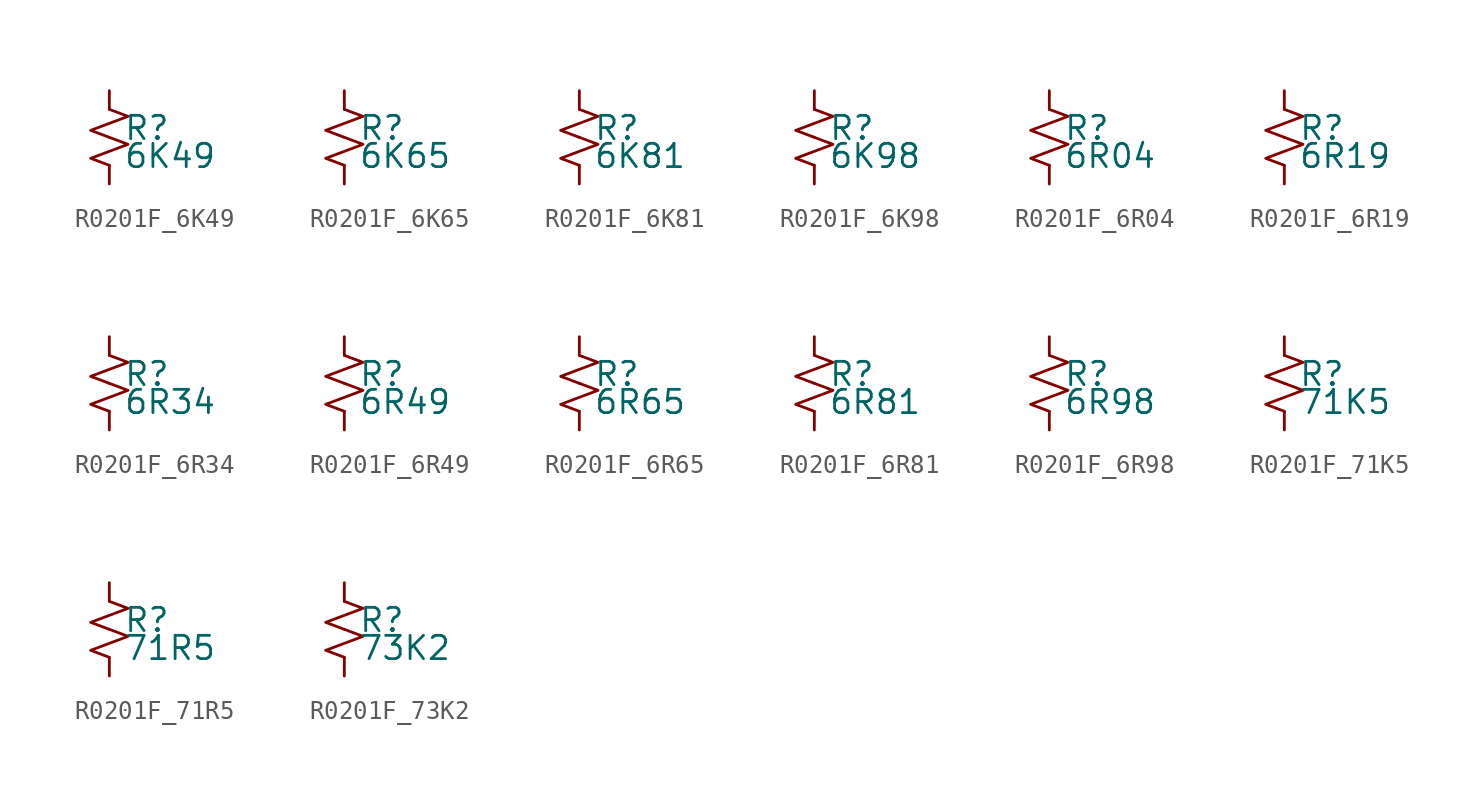
<source format=kicad_sym>
(kicad_symbol_lib
  (version 20220914)
  (generator kicad_symbol_editor)
  (symbol "R0201F_6K49"
    (pin_numbers hide)
    (pin_names
      (offset 0.254) hide)
    (property "Reference" "R"
      (at 0.762 0.508 0)
      (effects (font (size 1.27 1.27)) (justify left)))
    (property "Value" "6K49"
      (at 0.762 -1.016 0)
      (effects (font (size 1.27 1.27)) (justify left)))
    (symbol "R0201F_6K49_1_1"
      (polyline (pts (xy 0 0) (xy 1.016 -0.381) (xy 0 -0.762) (xy -1.016 -1.143) (xy 0 -1.524)) (stroke (width 0) (type default)) (fill (type none)))
      (polyline (pts (xy 0 1.524) (xy 1.016 1.143) (xy 0 0.762) (xy -1.016 0.381) (xy 0 0)) (stroke (width 0) (type default)) (fill (type none)))
      (pin passive line (at 0 2.54 270) (length 1.016) (name "~" (effects (font (size 1.27 1.27)))) (number "1" (effects (font (size 1.27 1.27)))))
      (pin passive line (at 0 -2.54 90) (length 1.016) (name "~" (effects (font (size 1.27 1.27)))) (number "2" (effects (font (size 1.27 1.27)))))))
  (symbol "R0201F_6K65"
    (pin_numbers hide)
    (pin_names
      (offset 0.254) hide)
    (property "Reference" "R"
      (at 0.762 0.508 0)
      (effects (font (size 1.27 1.27)) (justify left)))
    (property "Value" "6K65"
      (at 0.762 -1.016 0)
      (effects (font (size 1.27 1.27)) (justify left)))
    (symbol "R0201F_6K65_1_1"
      (polyline (pts (xy 0 0) (xy 1.016 -0.381) (xy 0 -0.762) (xy -1.016 -1.143) (xy 0 -1.524)) (stroke (width 0) (type default)) (fill (type none)))
      (polyline (pts (xy 0 1.524) (xy 1.016 1.143) (xy 0 0.762) (xy -1.016 0.381) (xy 0 0)) (stroke (width 0) (type default)) (fill (type none)))
      (pin passive line (at 0 2.54 270) (length 1.016) (name "~" (effects (font (size 1.27 1.27)))) (number "1" (effects (font (size 1.27 1.27)))))
      (pin passive line (at 0 -2.54 90) (length 1.016) (name "~" (effects (font (size 1.27 1.27)))) (number "2" (effects (font (size 1.27 1.27)))))))
  (symbol "R0201F_6K81"
    (pin_numbers hide)
    (pin_names
      (offset 0.254) hide)
    (property "Reference" "R"
      (at 0.762 0.508 0)
      (effects (font (size 1.27 1.27)) (justify left)))
    (property "Value" "6K81"
      (at 0.762 -1.016 0)
      (effects (font (size 1.27 1.27)) (justify left)))
    (symbol "R0201F_6K81_1_1"
      (polyline (pts (xy 0 0) (xy 1.016 -0.381) (xy 0 -0.762) (xy -1.016 -1.143) (xy 0 -1.524)) (stroke (width 0) (type default)) (fill (type none)))
      (polyline (pts (xy 0 1.524) (xy 1.016 1.143) (xy 0 0.762) (xy -1.016 0.381) (xy 0 0)) (stroke (width 0) (type default)) (fill (type none)))
      (pin passive line (at 0 2.54 270) (length 1.016) (name "~" (effects (font (size 1.27 1.27)))) (number "1" (effects (font (size 1.27 1.27)))))
      (pin passive line (at 0 -2.54 90) (length 1.016) (name "~" (effects (font (size 1.27 1.27)))) (number "2" (effects (font (size 1.27 1.27)))))))
  (symbol "R0201F_6K98"
    (pin_numbers hide)
    (pin_names
      (offset 0.254) hide)
    (property "Reference" "R"
      (at 0.762 0.508 0)
      (effects (font (size 1.27 1.27)) (justify left)))
    (property "Value" "6K98"
      (at 0.762 -1.016 0)
      (effects (font (size 1.27 1.27)) (justify left)))
    (symbol "R0201F_6K98_1_1"
      (polyline (pts (xy 0 0) (xy 1.016 -0.381) (xy 0 -0.762) (xy -1.016 -1.143) (xy 0 -1.524)) (stroke (width 0) (type default)) (fill (type none)))
      (polyline (pts (xy 0 1.524) (xy 1.016 1.143) (xy 0 0.762) (xy -1.016 0.381) (xy 0 0)) (stroke (width 0) (type default)) (fill (type none)))
      (pin passive line (at 0 2.54 270) (length 1.016) (name "~" (effects (font (size 1.27 1.27)))) (number "1" (effects (font (size 1.27 1.27)))))
      (pin passive line (at 0 -2.54 90) (length 1.016) (name "~" (effects (font (size 1.27 1.27)))) (number "2" (effects (font (size 1.27 1.27)))))))
  (symbol "R0201F_6R04"
    (pin_numbers hide)
    (pin_names
      (offset 0.254) hide)
    (property "Reference" "R"
      (at 0.762 0.508 0)
      (effects (font (size 1.27 1.27)) (justify left)))
    (property "Value" "6R04"
      (at 0.762 -1.016 0)
      (effects (font (size 1.27 1.27)) (justify left)))
    (symbol "R0201F_6R04_1_1"
      (polyline (pts (xy 0 0) (xy 1.016 -0.381) (xy 0 -0.762) (xy -1.016 -1.143) (xy 0 -1.524)) (stroke (width 0) (type default)) (fill (type none)))
      (polyline (pts (xy 0 1.524) (xy 1.016 1.143) (xy 0 0.762) (xy -1.016 0.381) (xy 0 0)) (stroke (width 0) (type default)) (fill (type none)))
      (pin passive line (at 0 2.54 270) (length 1.016) (name "~" (effects (font (size 1.27 1.27)))) (number "1" (effects (font (size 1.27 1.27)))))
      (pin passive line (at 0 -2.54 90) (length 1.016) (name "~" (effects (font (size 1.27 1.27)))) (number "2" (effects (font (size 1.27 1.27)))))))
  (symbol "R0201F_6R19"
    (pin_numbers hide)
    (pin_names
      (offset 0.254) hide)
    (property "Reference" "R"
      (at 0.762 0.508 0)
      (effects (font (size 1.27 1.27)) (justify left)))
    (property "Value" "6R19"
      (at 0.762 -1.016 0)
      (effects (font (size 1.27 1.27)) (justify left)))
    (symbol "R0201F_6R19_1_1"
      (polyline (pts (xy 0 0) (xy 1.016 -0.381) (xy 0 -0.762) (xy -1.016 -1.143) (xy 0 -1.524)) (stroke (width 0) (type default)) (fill (type none)))
      (polyline (pts (xy 0 1.524) (xy 1.016 1.143) (xy 0 0.762) (xy -1.016 0.381) (xy 0 0)) (stroke (width 0) (type default)) (fill (type none)))
      (pin passive line (at 0 2.54 270) (length 1.016) (name "~" (effects (font (size 1.27 1.27)))) (number "1" (effects (font (size 1.27 1.27)))))
      (pin passive line (at 0 -2.54 90) (length 1.016) (name "~" (effects (font (size 1.27 1.27)))) (number "2" (effects (font (size 1.27 1.27)))))))
  (symbol "R0201F_6R34"
    (pin_numbers hide)
    (pin_names
      (offset 0.254) hide)
    (property "Reference" "R"
      (at 0.762 0.508 0)
      (effects (font (size 1.27 1.27)) (justify left)))
    (property "Value" "6R34"
      (at 0.762 -1.016 0)
      (effects (font (size 1.27 1.27)) (justify left)))
    (symbol "R0201F_6R34_1_1"
      (polyline (pts (xy 0 0) (xy 1.016 -0.381) (xy 0 -0.762) (xy -1.016 -1.143) (xy 0 -1.524)) (stroke (width 0) (type default)) (fill (type none)))
      (polyline (pts (xy 0 1.524) (xy 1.016 1.143) (xy 0 0.762) (xy -1.016 0.381) (xy 0 0)) (stroke (width 0) (type default)) (fill (type none)))
      (pin passive line (at 0 2.54 270) (length 1.016) (name "~" (effects (font (size 1.27 1.27)))) (number "1" (effects (font (size 1.27 1.27)))))
      (pin passive line (at 0 -2.54 90) (length 1.016) (name "~" (effects (font (size 1.27 1.27)))) (number "2" (effects (font (size 1.27 1.27)))))))
  (symbol "R0201F_6R49"
    (pin_numbers hide)
    (pin_names
      (offset 0.254) hide)
    (property "Reference" "R"
      (at 0.762 0.508 0)
      (effects (font (size 1.27 1.27)) (justify left)))
    (property "Value" "6R49"
      (at 0.762 -1.016 0)
      (effects (font (size 1.27 1.27)) (justify left)))
    (symbol "R0201F_6R49_1_1"
      (polyline (pts (xy 0 0) (xy 1.016 -0.381) (xy 0 -0.762) (xy -1.016 -1.143) (xy 0 -1.524)) (stroke (width 0) (type default)) (fill (type none)))
      (polyline (pts (xy 0 1.524) (xy 1.016 1.143) (xy 0 0.762) (xy -1.016 0.381) (xy 0 0)) (stroke (width 0) (type default)) (fill (type none)))
      (pin passive line (at 0 2.54 270) (length 1.016) (name "~" (effects (font (size 1.27 1.27)))) (number "1" (effects (font (size 1.27 1.27)))))
      (pin passive line (at 0 -2.54 90) (length 1.016) (name "~" (effects (font (size 1.27 1.27)))) (number "2" (effects (font (size 1.27 1.27)))))))
  (symbol "R0201F_6R65"
    (pin_numbers hide)
    (pin_names
      (offset 0.254) hide)
    (property "Reference" "R"
      (at 0.762 0.508 0)
      (effects (font (size 1.27 1.27)) (justify left)))
    (property "Value" "6R65"
      (at 0.762 -1.016 0)
      (effects (font (size 1.27 1.27)) (justify left)))
    (symbol "R0201F_6R65_1_1"
      (polyline (pts (xy 0 0) (xy 1.016 -0.381) (xy 0 -0.762) (xy -1.016 -1.143) (xy 0 -1.524)) (stroke (width 0) (type default)) (fill (type none)))
      (polyline (pts (xy 0 1.524) (xy 1.016 1.143) (xy 0 0.762) (xy -1.016 0.381) (xy 0 0)) (stroke (width 0) (type default)) (fill (type none)))
      (pin passive line (at 0 2.54 270) (length 1.016) (name "~" (effects (font (size 1.27 1.27)))) (number "1" (effects (font (size 1.27 1.27)))))
      (pin passive line (at 0 -2.54 90) (length 1.016) (name "~" (effects (font (size 1.27 1.27)))) (number "2" (effects (font (size 1.27 1.27)))))))
  (symbol "R0201F_6R81"
    (pin_numbers hide)
    (pin_names
      (offset 0.254) hide)
    (property "Reference" "R"
      (at 0.762 0.508 0)
      (effects (font (size 1.27 1.27)) (justify left)))
    (property "Value" "6R81"
      (at 0.762 -1.016 0)
      (effects (font (size 1.27 1.27)) (justify left)))
    (symbol "R0201F_6R81_1_1"
      (polyline (pts (xy 0 0) (xy 1.016 -0.381) (xy 0 -0.762) (xy -1.016 -1.143) (xy 0 -1.524)) (stroke (width 0) (type default)) (fill (type none)))
      (polyline (pts (xy 0 1.524) (xy 1.016 1.143) (xy 0 0.762) (xy -1.016 0.381) (xy 0 0)) (stroke (width 0) (type default)) (fill (type none)))
      (pin passive line (at 0 2.54 270) (length 1.016) (name "~" (effects (font (size 1.27 1.27)))) (number "1" (effects (font (size 1.27 1.27)))))
      (pin passive line (at 0 -2.54 90) (length 1.016) (name "~" (effects (font (size 1.27 1.27)))) (number "2" (effects (font (size 1.27 1.27)))))))
  (symbol "R0201F_6R98"
    (pin_numbers hide)
    (pin_names
      (offset 0.254) hide)
    (property "Reference" "R"
      (at 0.762 0.508 0)
      (effects (font (size 1.27 1.27)) (justify left)))
    (property "Value" "6R98"
      (at 0.762 -1.016 0)
      (effects (font (size 1.27 1.27)) (justify left)))
    (symbol "R0201F_6R98_1_1"
      (polyline (pts (xy 0 0) (xy 1.016 -0.381) (xy 0 -0.762) (xy -1.016 -1.143) (xy 0 -1.524)) (stroke (width 0) (type default)) (fill (type none)))
      (polyline (pts (xy 0 1.524) (xy 1.016 1.143) (xy 0 0.762) (xy -1.016 0.381) (xy 0 0)) (stroke (width 0) (type default)) (fill (type none)))
      (pin passive line (at 0 2.54 270) (length 1.016) (name "~" (effects (font (size 1.27 1.27)))) (number "1" (effects (font (size 1.27 1.27)))))
      (pin passive line (at 0 -2.54 90) (length 1.016) (name "~" (effects (font (size 1.27 1.27)))) (number "2" (effects (font (size 1.27 1.27)))))))
  (symbol "R0201F_71K5"
    (pin_numbers hide)
    (pin_names
      (offset 0.254) hide)
    (property "Reference" "R"
      (at 0.762 0.508 0)
      (effects (font (size 1.27 1.27)) (justify left)))
    (property "Value" "71K5"
      (at 0.762 -1.016 0)
      (effects (font (size 1.27 1.27)) (justify left)))
    (symbol "R0201F_71K5_1_1"
      (polyline (pts (xy 0 0) (xy 1.016 -0.381) (xy 0 -0.762) (xy -1.016 -1.143) (xy 0 -1.524)) (stroke (width 0) (type default)) (fill (type none)))
      (polyline (pts (xy 0 1.524) (xy 1.016 1.143) (xy 0 0.762) (xy -1.016 0.381) (xy 0 0)) (stroke (width 0) (type default)) (fill (type none)))
      (pin passive line (at 0 2.54 270) (length 1.016) (name "~" (effects (font (size 1.27 1.27)))) (number "1" (effects (font (size 1.27 1.27)))))
      (pin passive line (at 0 -2.54 90) (length 1.016) (name "~" (effects (font (size 1.27 1.27)))) (number "2" (effects (font (size 1.27 1.27)))))))
  (symbol "R0201F_71R5"
    (pin_numbers hide)
    (pin_names
      (offset 0.254) hide)
    (property "Reference" "R"
      (at 0.762 0.508 0)
      (effects (font (size 1.27 1.27)) (justify left)))
    (property "Value" "71R5"
      (at 0.762 -1.016 0)
      (effects (font (size 1.27 1.27)) (justify left)))
    (symbol "R0201F_71R5_1_1"
      (polyline (pts (xy 0 0) (xy 1.016 -0.381) (xy 0 -0.762) (xy -1.016 -1.143) (xy 0 -1.524)) (stroke (width 0) (type default)) (fill (type none)))
      (polyline (pts (xy 0 1.524) (xy 1.016 1.143) (xy 0 0.762) (xy -1.016 0.381) (xy 0 0)) (stroke (width 0) (type default)) (fill (type none)))
      (pin passive line (at 0 2.54 270) (length 1.016) (name "~" (effects (font (size 1.27 1.27)))) (number "1" (effects (font (size 1.27 1.27)))))
      (pin passive line (at 0 -2.54 90) (length 1.016) (name "~" (effects (font (size 1.27 1.27)))) (number "2" (effects (font (size 1.27 1.27)))))))
  (symbol "R0201F_73K2"
    (pin_numbers hide)
    (pin_names
      (offset 0.254) hide)
    (property "Reference" "R"
      (at 0.762 0.508 0)
      (effects (font (size 1.27 1.27)) (justify left)))
    (property "Value" "73K2"
      (at 0.762 -1.016 0)
      (effects (font (size 1.27 1.27)) (justify left)))
    (symbol "R0201F_73K2_1_1"
      (polyline (pts (xy 0 0) (xy 1.016 -0.381) (xy 0 -0.762) (xy -1.016 -1.143) (xy 0 -1.524)) (stroke (width 0) (type default)) (fill (type none)))
      (polyline (pts (xy 0 1.524) (xy 1.016 1.143) (xy 0 0.762) (xy -1.016 0.381) (xy 0 0)) (stroke (width 0) (type default)) (fill (type none)))
      (pin passive line (at 0 2.54 270) (length 1.016) (name "~" (effects (font (size 1.27 1.27)))) (number "1" (effects (font (size 1.27 1.27)))))
      (pin passive line (at 0 -2.54 90) (length 1.016) (name "~" (effects (font (size 1.27 1.27)))) (number "2" (effects (font (size 1.27 1.27))))))))
</source>
